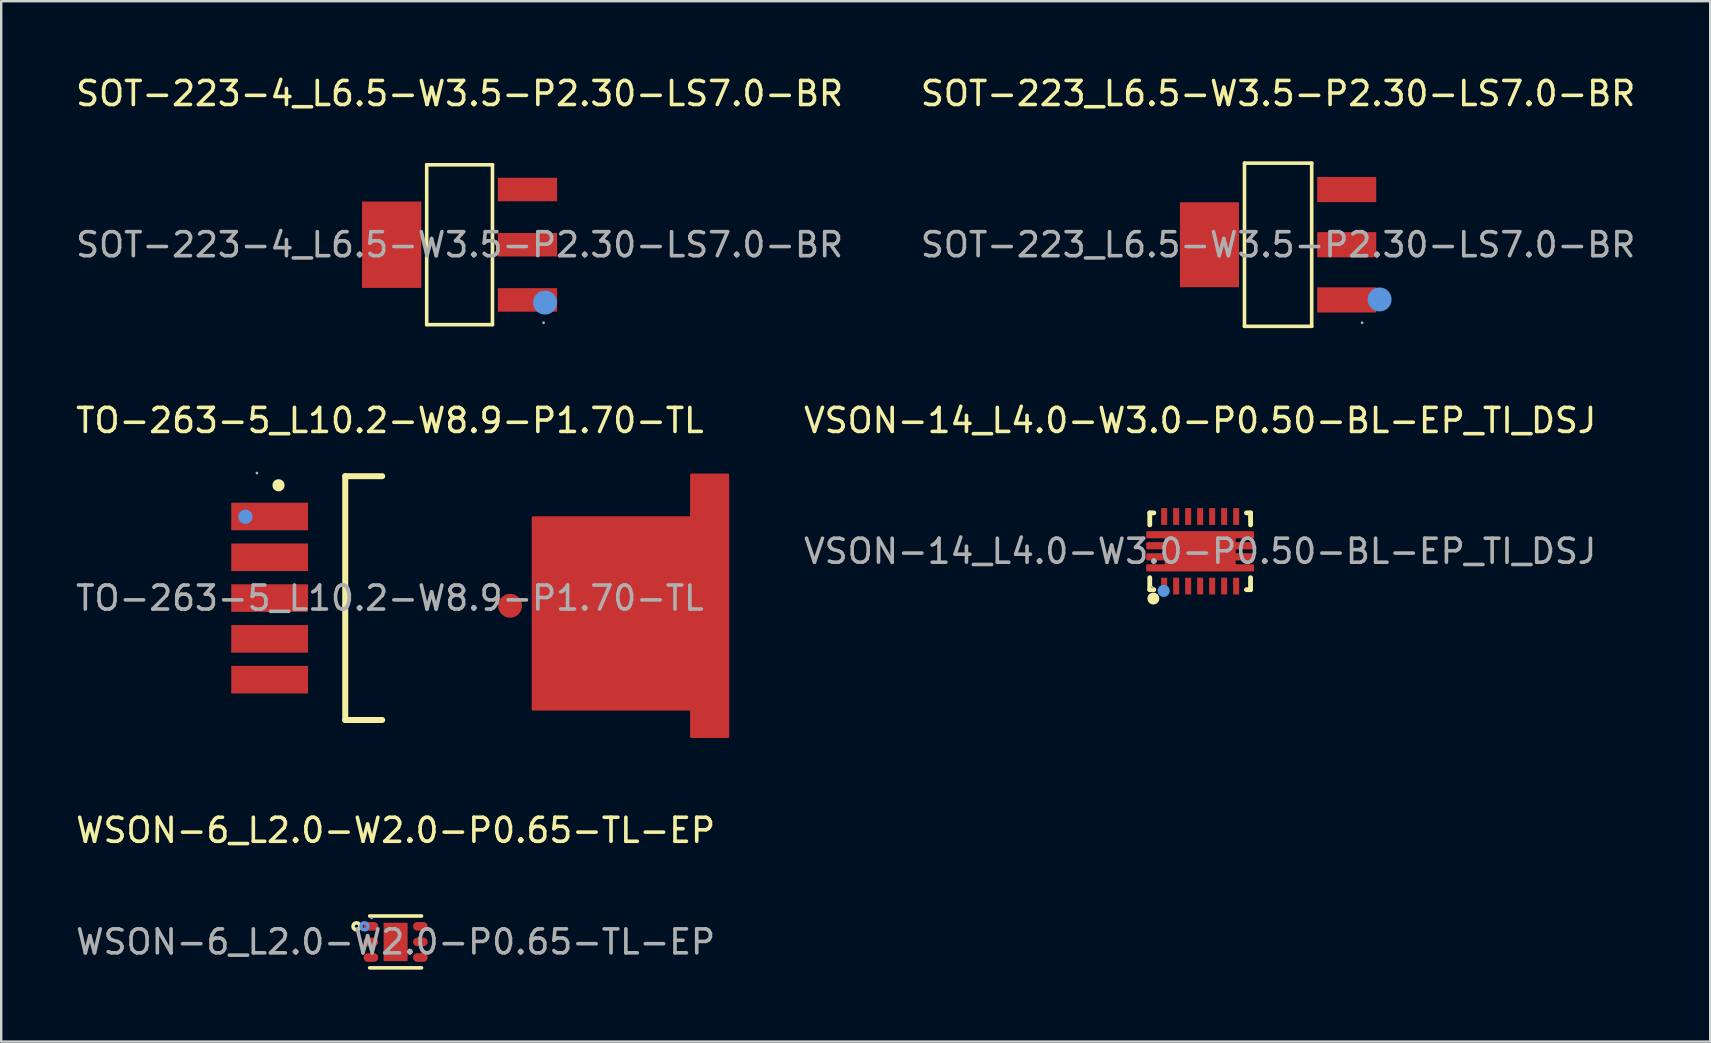
<source format=kicad_pcb>
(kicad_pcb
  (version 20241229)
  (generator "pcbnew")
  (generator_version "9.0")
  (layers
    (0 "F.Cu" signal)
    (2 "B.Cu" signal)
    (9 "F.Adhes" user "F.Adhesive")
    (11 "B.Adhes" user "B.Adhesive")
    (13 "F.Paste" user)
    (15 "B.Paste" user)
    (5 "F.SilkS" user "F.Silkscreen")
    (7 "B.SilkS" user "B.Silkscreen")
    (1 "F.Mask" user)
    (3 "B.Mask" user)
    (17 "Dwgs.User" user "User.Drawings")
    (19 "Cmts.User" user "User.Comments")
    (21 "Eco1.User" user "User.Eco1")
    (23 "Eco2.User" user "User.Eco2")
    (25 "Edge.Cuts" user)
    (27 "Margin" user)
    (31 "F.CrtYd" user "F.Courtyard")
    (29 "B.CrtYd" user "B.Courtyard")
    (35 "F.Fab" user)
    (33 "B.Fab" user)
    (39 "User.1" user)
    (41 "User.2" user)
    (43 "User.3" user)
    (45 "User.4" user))
  (footprint "WSON-6_L2.0-W2.0-P0.65-TL-EP"
    (layer "F.Cu")
    (at 13.435 36.2)
    (property "Reference" "WSON-6_L2.0-W2.0-P0.65-TL-EP" (at 0 -4.65 0) (layer "F.SilkS") (effects (font (size 1 1) (thickness 0.15))))
    (attr through_hole)
    (fp_line (start -1.08 -1.08) (end 1.08 -1.08) (stroke (width 0.15) (type solid)) (layer "F.SilkS"))
    (fp_line (start -1.08 1.08) (end 1.08 1.08) (stroke (width 0.15) (type solid)) (layer "F.SilkS"))
    (fp_circle (center -1.63 -0.65) (end -1.56 -0.65) (stroke (width 0.15) (type solid)) (fill no) (layer "F.SilkS"))
    (fp_circle (center -1.3 -0.65) (end -1.23 -0.65) (stroke (width 0.15) (type solid)) (fill no) (layer "Cmts.User"))
    (fp_circle (center -1 -1) (end -0.97 -1) (stroke (width 0.06) (type solid)) (fill no) (layer "F.Fab"))
    (fp_text user "${REFERENCE}" (at 0 0 0) (layer "F.Fab") (effects (font (size 1 1) (thickness 0.15))))
    (pad "1" smd oval (at -1.03 -0.65 270) (size 0.36 0.61) (layers "F.Cu" "F.Mask" "F.Paste"))
    (pad "2" smd oval (at -1.03 0 270) (size 0.36 0.61) (layers "F.Cu" "F.Mask" "F.Paste"))
    (pad "3" smd oval (at -1.03 0.65 270) (size 0.36 0.61) (layers "F.Cu" "F.Mask" "F.Paste"))
    (pad "4" smd oval (at 1.03 0.65 270) (size 0.36 0.61) (layers "F.Cu" "F.Mask" "F.Paste"))
    (pad "5" smd oval (at 1.03 0 270) (size 0.36 0.61) (layers "F.Cu" "F.Mask" "F.Paste"))
    (pad "6" smd oval (at 1.03 -0.65 270) (size 0.36 0.61) (layers "F.Cu" "F.Mask" "F.Paste"))
    (pad "7" smd rect (at 0 0) (size 1 1.6) (layers "F.Cu" "F.Mask" "F.Paste")))
  (footprint "TO-263-5_L10.2-W8.9-P1.70-TL"
    (layer "F.Cu")
    (at 13.196 21.872)
    (property "Reference" "TO-263-5_L10.2-W8.9-P1.70-TL" (at 0 -7.4 0) (layer "F.SilkS") (effects (font (size 1 1) (thickness 0.15))))
    (attr through_hole)
    (fp_line (start -1.86 -5.08) (end -0.32 -5.08) (stroke (width 0.25) (type solid)) (layer "F.SilkS"))
    (fp_line (start -1.86 5.08) (end -1.86 -5.08) (stroke (width 0.25) (type solid)) (layer "F.SilkS"))
    (fp_line (start -0.32 5.08) (end -1.86 5.08) (stroke (width 0.25) (type solid)) (layer "F.SilkS"))
    (fp_circle (center -4.64 -4.7) (end -4.51 -4.7) (stroke (width 0.25) (type solid)) (fill no) (layer "F.SilkS"))
    (fp_circle (center -6.02 -3.39) (end -5.87 -3.39) (stroke (width 0.3) (type solid)) (fill no) (layer "Cmts.User"))
    (fp_circle (center -5.54 -5.21) (end -5.51 -5.21) (stroke (width 0.06) (type solid)) (fill no) (layer "F.Fab"))
    (fp_text user "${REFERENCE}" (at 0 0 0) (layer "F.Fab") (effects (font (size 1 1) (thickness 0.15))))
    (pad "1" smd rect (at -5.01 -3.4) (size 3.2 1.15) (layers "F.Cu" "F.Mask" "F.Paste"))
    (pad "2" smd rect (at -5.01 -1.7) (size 3.2 1.15) (layers "F.Cu" "F.Mask" "F.Paste"))
    (pad "3" smd rect (at -5.01 0) (size 3.2 1.15) (layers "F.Cu" "F.Mask" "F.Paste"))
    (pad "4" smd rect (at -5.01 1.7) (size 3.2 1.15) (layers "F.Cu" "F.Mask" "F.Paste"))
    (pad "5" smd rect (at -5.01 3.4) (size 3.2 1.15) (layers "F.Cu" "F.Mask" "F.Paste"))
    (pad "6" smd custom (at 5.01 0.32) (size 1 1) (layers "F.Cu" "F.Mask" "F.Paste") (options (anchor circle)) (primitives (gr_poly (pts (xy 0.95 -3.68) (xy 7.55 -3.68) (xy 7.55 -5.46) (xy 9.08 -5.46) (xy 9.08 5.46) (xy 7.55 5.46) (xy 7.55 4.32) (xy 0.95 4.32)) (width 0.1) (fill yes)))))
  (footprint "SOT-223_L6.5-W3.5-P2.30-LS7.0-BR"
    (layer "F.Cu")
    (at 50.208 7.148)
    (property "Reference" "SOT-223_L6.5-W3.5-P2.30-LS7.0-BR" (at 0 -6.3 0) (layer "F.SilkS") (effects (font (size 1 1) (thickness 0.15))))
    (attr through_hole)
    (fp_line (start -1.4 -3.4) (end 1.4 -3.4) (stroke (width 0.15) (type solid)) (layer "F.SilkS"))
    (fp_line (start -1.4 3.4) (end -1.4 -3.4) (stroke (width 0.15) (type solid)) (layer "F.SilkS"))
    (fp_line (start 1.4 -3.4) (end 1.4 3.4) (stroke (width 0.15) (type solid)) (layer "F.SilkS"))
    (fp_line (start 1.4 3.4) (end -1.4 3.4) (stroke (width 0.15) (type solid)) (layer "F.SilkS"))
    (fp_circle (center 4.23 2.28) (end 4.48 2.28) (stroke (width 0.5) (type solid)) (fill no) (layer "Cmts.User"))
    (fp_circle (center 3.5 3.25) (end 3.53 3.25) (stroke (width 0.06) (type solid)) (fill no) (layer "F.Fab"))
    (fp_text user "${REFERENCE}" (at 0 0 0) (layer "F.Fab") (effects (font (size 1 1) (thickness 0.15))))
    (pad "1" smd rect (at 2.86 2.3) (size 2.46 1.05) (layers "F.Cu" "F.Mask" "F.Paste"))
    (pad "2" smd rect (at 2.86 0) (size 2.46 1.05) (layers "F.Cu" "F.Mask" "F.Paste"))
    (pad "3" smd rect (at 2.86 -2.3) (size 2.46 1.05) (layers "F.Cu" "F.Mask" "F.Paste"))
    (pad "4" smd rect (at -2.86 0) (size 2.46 3.54) (layers "F.Cu" "F.Mask" "F.Paste")))
  (footprint "VSON-14_L4.0-W3.0-P0.50-BL-EP_TI_DSJ"
    (layer "F.Cu")
    (at 46.961 19.922)
    (property "Reference" "VSON-14_L4.0-W3.0-P0.50-BL-EP_TI_DSJ" (at 0 -5.45 0) (layer "F.SilkS") (effects (font (size 1 1) (thickness 0.15))))
    (attr through_hole)
    (fp_line (start -2.1 -1.6) (end -1.93 -1.6) (stroke (width 0.2) (type solid)) (layer "F.SilkS"))
    (fp_line (start -2.1 -1.1) (end -2.1 -1.6) (stroke (width 0.2) (type solid)) (layer "F.SilkS"))
    (fp_line (start -2.1 1.6) (end -2.1 1.1) (stroke (width 0.2) (type solid)) (layer "F.SilkS"))
    (fp_line (start -1.93 1.6) (end -2.1 1.6) (stroke (width 0.2) (type solid)) (layer "F.SilkS"))
    (fp_line (start 2.1 -1.6) (end 1.93 -1.6) (stroke (width 0.2) (type solid)) (layer "F.SilkS"))
    (fp_line (start 2.1 -1.1) (end 2.1 -1.6) (stroke (width 0.2) (type solid)) (layer "F.SilkS"))
    (fp_line (start 2.1 1.1) (end 2.1 1.6) (stroke (width 0.2) (type solid)) (layer "F.SilkS"))
    (fp_line (start 2.1 1.6) (end 1.93 1.6) (stroke (width 0.2) (type solid)) (layer "F.SilkS"))
    (fp_arc (start -1.95 1.97) (mid -1.95 1.97) (end -1.95 1.97) (stroke (width 0.25) (type solid)) (layer "F.SilkS"))
    (fp_circle (center -1.52 1.65) (end -1.39 1.65) (stroke (width 0.25) (type solid)) (fill no) (layer "Cmts.User"))
    (fp_circle (center -2 1.5) (end -1.97 1.5) (stroke (width 0.06) (type solid)) (fill no) (layer "F.Fab"))
    (fp_text user "${REFERENCE}" (at 0 0 0) (layer "F.Fab") (effects (font (size 1 1) (thickness 0.15))))
    (pad "1" smd rect (at -1.5 1.45) (size 0.25 0.7) (layers "F.Cu" "F.Mask" "F.Paste"))
    (pad "2" smd rect (at -1 1.45) (size 0.25 0.7) (layers "F.Cu" "F.Mask" "F.Paste"))
    (pad "3" smd rect (at -0.5 1.45) (size 0.25 0.7) (layers "F.Cu" "F.Mask" "F.Paste"))
    (pad "4" smd rect (at 0 1.45) (size 0.25 0.7) (layers "F.Cu" "F.Mask" "F.Paste"))
    (pad "5" smd rect (at 0.5 1.45) (size 0.25 0.7) (layers "F.Cu" "F.Mask" "F.Paste"))
    (pad "6" smd rect (at 1 1.45) (size 0.25 0.7) (layers "F.Cu" "F.Mask" "F.Paste"))
    (pad "7" smd rect (at 1.5 1.45) (size 0.25 0.7) (layers "F.Cu" "F.Mask" "F.Paste"))
    (pad "8" smd rect (at 1.5 -1.45) (size 0.25 0.7) (layers "F.Cu" "F.Mask" "F.Paste"))
    (pad "9" smd rect (at 1 -1.45) (size 0.25 0.7) (layers "F.Cu" "F.Mask" "F.Paste"))
    (pad "10" smd rect (at 0.5 -1.45 180) (size 0.25 0.7) (layers "F.Cu" "F.Mask" "F.Paste"))
    (pad "11" smd rect (at 0 -1.45 180) (size 0.25 0.7) (layers "F.Cu" "F.Mask" "F.Paste"))
    (pad "12" smd rect (at -0.5 -1.45 180) (size 0.25 0.7) (layers "F.Cu" "F.Mask" "F.Paste"))
    (pad "13" smd rect (at -1 -1.45 180) (size 0.25 0.7) (layers "F.Cu" "F.Mask" "F.Paste"))
    (pad "14" smd rect (at -1.5 -1.45 180) (size 0.25 0.7) (layers "F.Cu" "F.Mask" "F.Paste"))
    (pad "15" smd custom (at 0 0) (size 1 1) (layers "F.Cu" "F.Mask" "F.Paste") (options (anchor circle)) (primitives (gr_poly (pts (xy -2.2 -0.79) (xy -2.2 -0.59) (xy -1.43 -0.59) (xy -1.43 -0.33) (xy -2.2 -0.33) (xy -2.2 -0.13) (xy -1.43 -0.13) (xy -1.43 0.13) (xy -2.2 0.13) (xy -2.2 0.33) (xy -1.43 0.33) (xy -1.43 0.59) (xy -2.2 0.59) (xy -2.2 0.79) (xy 2.2 0.79) (xy 2.2 0.59) (xy 1.43 0.59) (xy 1.43 0.33) (xy 2.2 0.33) (xy 2.2 0.13) (xy 1.43 0.13) (xy 1.43 -0.13) (xy 2.2 -0.13) (xy 2.2 -0.33) (xy 1.43 -0.33) (xy 1.43 -0.59) (xy 2.2 -0.59) (xy 2.2 -0.79) (xy -2.2 -0.79)) (width 0.1) (fill yes)))))
  (footprint "SOT-223-4_L6.5-W3.5-P2.30-LS7.0-BR"
    (layer "F.Cu")
    (at 16.101 7.148)
    (property "Reference" "SOT-223-4_L6.5-W3.5-P2.30-LS7.0-BR" (at 0 -6.3 0) (layer "F.SilkS") (effects (font (size 1 1) (thickness 0.15))))
    (attr through_hole)
    (fp_line (start -1.37 -3.33) (end 1.37 -3.33) (stroke (width 0.15) (type solid)) (layer "F.SilkS"))
    (fp_line (start -1.37 3.33) (end -1.37 -3.33) (stroke (width 0.15) (type solid)) (layer "F.SilkS"))
    (fp_line (start 1.37 -3.33) (end 1.37 3.33) (stroke (width 0.15) (type solid)) (layer "F.SilkS"))
    (fp_line (start 1.37 3.33) (end -1.37 3.33) (stroke (width 0.15) (type solid)) (layer "F.SilkS"))
    (fp_circle (center 3.56 2.41) (end 3.81 2.41) (stroke (width 0.5) (type solid)) (fill no) (layer "Cmts.User"))
    (fp_circle (center 3.5 3.25) (end 3.53 3.25) (stroke (width 0.06) (type solid)) (fill no) (layer "F.Fab"))
    (fp_text user "${REFERENCE}" (at 0 0 0) (layer "F.Fab") (effects (font (size 1 1) (thickness 0.15))))
    (pad "1" smd rect (at 2.83 2.3) (size 2.47 0.98) (layers "F.Cu" "F.Mask" "F.Paste"))
    (pad "2" smd rect (at 2.83 0) (size 2.47 0.98) (layers "F.Cu" "F.Mask" "F.Paste"))
    (pad "3" smd rect (at 2.83 -2.3) (size 2.47 0.98) (layers "F.Cu" "F.Mask" "F.Paste"))
    (pad "4" smd rect (at -2.83 0) (size 2.47 3.6) (layers "F.Cu" "F.Mask" "F.Paste")))
  (gr_rect
    (start -3 -3)
    (end 68.214 40.355)
    (stroke (width 0.1) (type default))
    (fill no)
    (layer "Edge.Cuts")))
</source>
